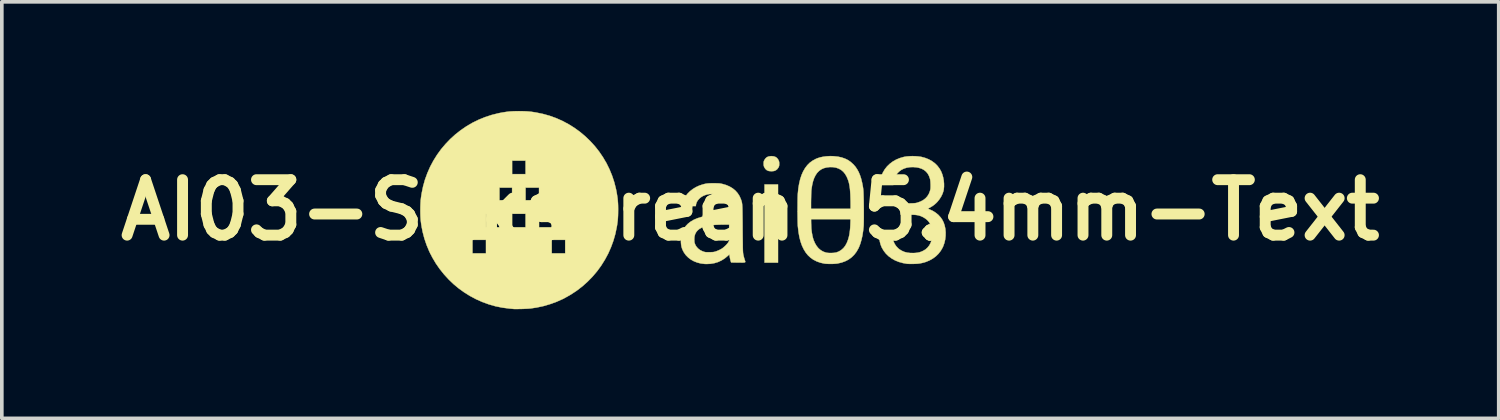
<source format=kicad_pcb>
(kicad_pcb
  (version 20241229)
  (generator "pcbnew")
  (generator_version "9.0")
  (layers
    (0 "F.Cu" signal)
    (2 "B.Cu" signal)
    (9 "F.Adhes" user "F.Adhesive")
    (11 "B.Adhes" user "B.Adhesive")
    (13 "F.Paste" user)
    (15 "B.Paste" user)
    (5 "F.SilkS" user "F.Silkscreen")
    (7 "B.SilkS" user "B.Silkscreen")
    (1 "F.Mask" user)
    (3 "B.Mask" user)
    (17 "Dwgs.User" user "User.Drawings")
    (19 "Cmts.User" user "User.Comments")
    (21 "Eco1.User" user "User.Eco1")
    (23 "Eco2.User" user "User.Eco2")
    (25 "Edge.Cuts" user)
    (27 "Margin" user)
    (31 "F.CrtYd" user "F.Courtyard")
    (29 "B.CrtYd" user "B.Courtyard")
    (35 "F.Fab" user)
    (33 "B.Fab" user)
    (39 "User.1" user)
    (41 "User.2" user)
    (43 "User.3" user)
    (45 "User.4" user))
  (footprint "AI03-Silkscreen-5.4mm-Text"
    (layer "F.Cu")
    (at 17.57 2.723)
    (property "Reference" "AI03-Silkscreen-5.4mm-Text" (at 0 0 0) (layer "F.SilkS") (effects (font (size 1.524 1.524) (thickness 0.3))))
    (attr through_hole)
    (fp_poly (pts (xy 0.762 1.444) (xy 0.392 1.444) (xy 0.392 -0.704) (xy 0.762 -0.704) (xy 0.762 1.444)) (stroke (width 0.01) (type solid)) (fill yes) (layer "F.SilkS"))
    (fp_poly (pts (xy 0.639 -1.477) (xy 0.687 -1.462) (xy 0.727 -1.437) (xy 0.759 -1.4) (xy 0.773 -1.375) (xy 0.784 -1.352) (xy 0.791 -1.331) (xy 0.794 -1.309) (xy 0.795 -1.278) (xy 0.795 -1.271) (xy 0.794 -1.238) (xy 0.792 -1.215) (xy 0.786 -1.196) (xy 0.777 -1.176) (xy 0.773 -1.169) (xy 0.742 -1.126) (xy 0.704 -1.095) (xy 0.665 -1.077) (xy 0.627 -1.07) (xy 0.582 -1.068) (xy 0.538 -1.07) (xy 0.499 -1.076) (xy 0.493 -1.078) (xy 0.45 -1.099) (xy 0.414 -1.132) (xy 0.387 -1.174) (xy 0.376 -1.199) (xy 0.37 -1.222) (xy 0.367 -1.248) (xy 0.367 -1.274) (xy 0.367 -1.307) (xy 0.37 -1.331) (xy 0.377 -1.352) (xy 0.388 -1.375) (xy 0.417 -1.418) (xy 0.452 -1.45) (xy 0.495 -1.47) (xy 0.548 -1.48) (xy 0.581 -1.482) (xy 0.639 -1.477)) (stroke (width 0.01) (type solid)) (fill yes) (layer "F.SilkS"))
    (fp_poly (pts (xy -6.274 -2.717) (xy -6.202 -2.715) (xy -6.136 -2.712) (xy -6.074 -2.707) (xy -6.011 -2.7) (xy -5.944 -2.69) (xy -5.889 -2.681) (xy -5.699 -2.642) (xy -5.513 -2.59) (xy -5.333 -2.525) (xy -5.159 -2.447) (xy -4.992 -2.358) (xy -4.832 -2.258) (xy -4.679 -2.147) (xy -4.535 -2.026) (xy -4.399 -1.895) (xy -4.272 -1.756) (xy -4.155 -1.608) (xy -4.049 -1.452) (xy -3.953 -1.289) (xy -3.869 -1.118) (xy -3.797 -0.942) (xy -3.737 -0.76) (xy -3.69 -0.572) (xy -3.669 -0.461) (xy -3.657 -0.386) (xy -3.647 -0.317) (xy -3.641 -0.252) (xy -3.636 -0.186) (xy -3.633 -0.115) (xy -3.632 -0.035) (xy -3.632 0) (xy -3.633 0.084) (xy -3.635 0.158) (xy -3.639 0.226) (xy -3.644 0.291) (xy -3.653 0.358) (xy -3.663 0.43) (xy -3.669 0.461) (xy -3.708 0.652) (xy -3.761 0.838) (xy -3.827 1.019) (xy -3.905 1.195) (xy -3.996 1.364) (xy -4.098 1.527) (xy -4.211 1.682) (xy -4.335 1.828) (xy -4.47 1.966) (xy -4.614 2.095) (xy -4.767 2.213) (xy -4.929 2.32) (xy -5.099 2.416) (xy -5.153 2.444) (xy -5.327 2.522) (xy -5.505 2.586) (xy -5.686 2.639) (xy -5.874 2.679) (xy -6.042 2.704) (xy -6.074 2.707) (xy -6.116 2.71) (xy -6.166 2.712) (xy -6.222 2.715) (xy -6.279 2.717) (xy -6.337 2.718) (xy -6.391 2.719) (xy -6.439 2.719) (xy -6.479 2.719) (xy -6.508 2.718) (xy -6.513 2.717) (xy -6.532 2.715) (xy -6.562 2.712) (xy -6.597 2.709) (xy -6.626 2.706) (xy -6.817 2.681) (xy -7.004 2.643) (xy -7.186 2.591) (xy -7.364 2.526) (xy -7.536 2.45) (xy -7.701 2.362) (xy -7.86 2.263) (xy -8.012 2.154) (xy -8.156 2.034) (xy -8.291 1.905) (xy -8.417 1.767) (xy -8.534 1.621) (xy -8.641 1.467) (xy -8.737 1.305) (xy -8.823 1.136) (xy -8.896 0.961) (xy -8.944 0.82) (xy -7.635 0.82) (xy -7.635 1.19) (xy -7.264 1.19) (xy -7.264 0.82) (xy -5.457 0.82) (xy -5.457 1.19) (xy -5.087 1.19) (xy -5.087 0.82) (xy -5.457 0.82) (xy -7.264 0.82) (xy -7.635 0.82) (xy -8.944 0.82) (xy -8.957 0.781) (xy -9.006 0.594) (xy -9.031 0.462) (xy -9.043 0.393) (xy -9.051 0.332) (xy -9.058 0.275) (xy -9.062 0.218) (xy -9.065 0.159) (xy -9.067 0.102) (xy -7.264 0.102) (xy -7.264 0.472) (xy -6.894 0.472) (xy -6.894 0.102) (xy -6.546 0.102) (xy -6.546 0.472) (xy -6.176 0.472) (xy -6.176 0.102) (xy -5.806 0.102) (xy -5.806 0.472) (xy -5.457 0.472) (xy -5.457 0.102) (xy -5.806 0.102) (xy -6.176 0.102) (xy -6.546 0.102) (xy -6.894 0.102) (xy -7.264 0.102) (xy -9.067 0.102) (xy -9.067 0.093) (xy -9.068 0.016) (xy -9.068 0.007) (xy -9.067 -0.076) (xy -9.065 -0.148) (xy -9.062 -0.214) (xy -9.057 -0.276) (xy -9.05 -0.339) (xy -9.04 -0.406) (xy -9.031 -0.461) (xy -8.999 -0.617) (xy -6.894 -0.617) (xy -6.894 -0.269) (xy -6.546 -0.269) (xy -6.546 -0.617) (xy -6.176 -0.617) (xy -6.176 -0.269) (xy -5.806 -0.269) (xy -5.806 -0.617) (xy -6.176 -0.617) (xy -6.546 -0.617) (xy -6.894 -0.617) (xy -8.999 -0.617) (xy -8.992 -0.652) (xy -8.94 -0.837) (xy -8.874 -1.017) (xy -8.797 -1.192) (xy -8.709 -1.357) (xy -6.546 -1.357) (xy -6.546 -0.987) (xy -6.176 -0.987) (xy -6.176 -1.357) (xy -6.546 -1.357) (xy -8.709 -1.357) (xy -8.708 -1.359) (xy -8.608 -1.519) (xy -8.497 -1.672) (xy -8.375 -1.816) (xy -8.245 -1.952) (xy -8.105 -2.079) (xy -7.957 -2.195) (xy -7.801 -2.302) (xy -7.637 -2.398) (xy -7.466 -2.482) (xy -7.289 -2.554) (xy -7.106 -2.614) (xy -6.918 -2.661) (xy -6.814 -2.681) (xy -6.745 -2.692) (xy -6.684 -2.701) (xy -6.626 -2.708) (xy -6.569 -2.712) (xy -6.508 -2.715) (xy -6.44 -2.717) (xy -6.362 -2.718) (xy -6.357 -2.718) (xy -6.274 -2.717)) (stroke (width 0.01) (type solid)) (fill yes) (layer "F.SilkS"))
    (fp_poly (pts (xy 4.536 -1.48) (xy 4.614 -1.474) (xy 4.685 -1.464) (xy 4.699 -1.462) (xy 4.806 -1.433) (xy 4.904 -1.394) (xy 4.994 -1.344) (xy 5.074 -1.285) (xy 5.144 -1.215) (xy 5.203 -1.136) (xy 5.244 -1.063) (xy 5.275 -0.987) (xy 5.299 -0.903) (xy 5.316 -0.814) (xy 5.324 -0.726) (xy 5.324 -0.639) (xy 5.316 -0.559) (xy 5.308 -0.523) (xy 5.283 -0.448) (xy 5.246 -0.372) (xy 5.199 -0.298) (xy 5.145 -0.23) (xy 5.11 -0.194) (xy 5.063 -0.152) (xy 5.017 -0.117) (xy 4.965 -0.085) (xy 4.926 -0.063) (xy 4.877 -0.037) (xy 4.917 -0.022) (xy 5.009 0.019) (xy 5.093 0.071) (xy 5.168 0.132) (xy 5.232 0.202) (xy 5.275 0.265) (xy 5.314 0.342) (xy 5.342 0.427) (xy 5.361 0.518) (xy 5.369 0.614) (xy 5.367 0.711) (xy 5.356 0.809) (xy 5.334 0.904) (xy 5.302 0.994) (xy 5.287 1.028) (xy 5.236 1.117) (xy 5.174 1.197) (xy 5.101 1.269) (xy 5.018 1.331) (xy 4.926 1.383) (xy 4.825 1.425) (xy 4.717 1.455) (xy 4.641 1.469) (xy 4.609 1.473) (xy 4.567 1.476) (xy 4.518 1.478) (xy 4.466 1.479) (xy 4.414 1.48) (xy 4.367 1.479) (xy 4.328 1.477) (xy 4.307 1.476) (xy 4.19 1.455) (xy 4.081 1.424) (xy 3.979 1.383) (xy 3.887 1.331) (xy 3.803 1.27) (xy 3.73 1.2) (xy 3.668 1.121) (xy 3.617 1.035) (xy 3.609 1.018) (xy 3.583 0.953) (xy 3.563 0.879) (xy 3.549 0.804) (xy 3.544 0.753) (xy 3.539 0.682) (xy 3.912 0.682) (xy 3.912 0.72) (xy 3.919 0.795) (xy 3.939 0.868) (xy 3.972 0.937) (xy 4.015 1) (xy 4.068 1.055) (xy 4.101 1.081) (xy 4.168 1.121) (xy 4.238 1.151) (xy 4.314 1.17) (xy 4.397 1.18) (xy 4.49 1.181) (xy 4.492 1.181) (xy 4.554 1.177) (xy 4.606 1.17) (xy 4.652 1.16) (xy 4.697 1.145) (xy 4.745 1.123) (xy 4.75 1.121) (xy 4.816 1.082) (xy 4.872 1.031) (xy 4.92 0.971) (xy 4.957 0.901) (xy 4.982 0.827) (xy 4.99 0.788) (xy 4.995 0.738) (xy 4.998 0.682) (xy 4.999 0.626) (xy 4.997 0.572) (xy 4.992 0.526) (xy 4.99 0.515) (xy 4.973 0.452) (xy 4.946 0.389) (xy 4.912 0.332) (xy 4.886 0.298) (xy 4.85 0.263) (xy 4.804 0.228) (xy 4.754 0.197) (xy 4.703 0.173) (xy 4.701 0.172) (xy 4.67 0.16) (xy 4.641 0.151) (xy 4.611 0.143) (xy 4.579 0.138) (xy 4.542 0.133) (xy 4.498 0.13) (xy 4.446 0.128) (xy 4.382 0.126) (xy 4.338 0.125) (xy 4.129 0.122) (xy 4.129 -0.18) (xy 4.331 -0.183) (xy 4.392 -0.184) (xy 4.441 -0.185) (xy 4.479 -0.187) (xy 4.509 -0.189) (xy 4.534 -0.191) (xy 4.554 -0.194) (xy 4.572 -0.198) (xy 4.59 -0.203) (xy 4.675 -0.233) (xy 4.75 -0.272) (xy 4.814 -0.321) (xy 4.867 -0.379) (xy 4.908 -0.445) (xy 4.937 -0.52) (xy 4.95 -0.571) (xy 4.954 -0.604) (xy 4.955 -0.646) (xy 4.955 -0.695) (xy 4.953 -0.745) (xy 4.95 -0.793) (xy 4.945 -0.833) (xy 4.939 -0.86) (xy 4.912 -0.937) (xy 4.876 -1.003) (xy 4.829 -1.058) (xy 4.773 -1.103) (xy 4.707 -1.138) (xy 4.63 -1.162) (xy 4.576 -1.173) (xy 4.478 -1.182) (xy 4.387 -1.179) (xy 4.301 -1.165) (xy 4.223 -1.14) (xy 4.152 -1.105) (xy 4.09 -1.059) (xy 4.037 -1.005) (xy 3.995 -0.941) (xy 3.962 -0.87) (xy 3.942 -0.79) (xy 3.936 -0.742) (xy 3.931 -0.689) (xy 3.562 -0.689) (xy 3.567 -0.738) (xy 3.574 -0.801) (xy 3.582 -0.853) (xy 3.593 -0.898) (xy 3.604 -0.936) (xy 3.643 -1.03) (xy 3.695 -1.118) (xy 3.758 -1.198) (xy 3.831 -1.269) (xy 3.914 -1.332) (xy 4.006 -1.385) (xy 4.106 -1.427) (xy 4.213 -1.458) (xy 4.23 -1.462) (xy 4.296 -1.473) (xy 4.372 -1.479) (xy 4.454 -1.482) (xy 4.536 -1.48)) (stroke (width 0.01) (type solid)) (fill yes) (layer "F.SilkS"))
    (fp_poly (pts (xy 2.281 -1.481) (xy 2.299 -1.479) (xy 2.411 -1.467) (xy 2.512 -1.445) (xy 2.604 -1.413) (xy 2.688 -1.372) (xy 2.763 -1.319) (xy 2.832 -1.256) (xy 2.835 -1.253) (xy 2.89 -1.19) (xy 2.937 -1.12) (xy 2.979 -1.044) (xy 3.015 -0.958) (xy 3.046 -0.863) (xy 3.072 -0.757) (xy 3.095 -0.639) (xy 3.103 -0.581) (xy 3.106 -0.554) (xy 3.109 -0.514) (xy 3.111 -0.463) (xy 3.113 -0.403) (xy 3.115 -0.335) (xy 3.117 -0.261) (xy 3.118 -0.183) (xy 3.119 -0.102) (xy 3.12 -0.02) (xy 3.12 0.061) (xy 3.12 0.14) (xy 3.12 0.214) (xy 3.119 0.283) (xy 3.118 0.344) (xy 3.117 0.396) (xy 3.115 0.437) (xy 3.114 0.45) (xy 3.1 0.579) (xy 3.081 0.702) (xy 3.055 0.817) (xy 3.025 0.921) (xy 2.989 1.015) (xy 2.97 1.056) (xy 2.917 1.148) (xy 2.854 1.23) (xy 2.782 1.3) (xy 2.701 1.359) (xy 2.61 1.406) (xy 2.511 1.442) (xy 2.403 1.467) (xy 2.388 1.47) (xy 2.346 1.474) (xy 2.294 1.478) (xy 2.237 1.479) (xy 2.179 1.479) (xy 2.123 1.478) (xy 2.073 1.475) (xy 2.033 1.47) (xy 2.032 1.47) (xy 1.926 1.446) (xy 1.829 1.412) (xy 1.74 1.368) (xy 1.66 1.312) (xy 1.588 1.246) (xy 1.525 1.169) (xy 1.47 1.08) (xy 1.422 0.98) (xy 1.382 0.868) (xy 1.35 0.744) (xy 1.326 0.608) (xy 1.309 0.46) (xy 1.306 0.433) (xy 1.305 0.4) (xy 1.303 0.356) (xy 1.302 0.301) (xy 1.301 0.237) (xy 1.3 0.167) (xy 1.299 0.092) (xy 1.299 0.014) (xy 1.299 -0.045) (xy 1.669 -0.045) (xy 1.669 0.04) (xy 1.669 0.124) (xy 1.67 0.206) (xy 1.671 0.282) (xy 1.672 0.353) (xy 1.674 0.415) (xy 1.676 0.468) (xy 1.678 0.509) (xy 1.68 0.53) (xy 1.691 0.617) (xy 1.706 0.699) (xy 1.724 0.773) (xy 1.74 0.824) (xy 1.777 0.91) (xy 1.822 0.986) (xy 1.874 1.05) (xy 1.934 1.101) (xy 2.001 1.141) (xy 2.075 1.167) (xy 2.094 1.172) (xy 2.131 1.177) (xy 2.177 1.18) (xy 2.227 1.18) (xy 2.277 1.178) (xy 2.323 1.173) (xy 2.36 1.166) (xy 2.366 1.165) (xy 2.439 1.136) (xy 2.504 1.095) (xy 2.561 1.044) (xy 2.61 0.981) (xy 2.652 0.905) (xy 2.686 0.818) (xy 2.703 0.76) (xy 2.715 0.713) (xy 2.725 0.662) (xy 2.733 0.608) (xy 2.74 0.55) (xy 2.746 0.484) (xy 2.75 0.411) (xy 2.753 0.329) (xy 2.756 0.237) (xy 2.757 0.133) (xy 2.757 0.016) (xy 2.757 -0.004) (xy 2.757 -0.129) (xy 2.756 -0.241) (xy 2.753 -0.341) (xy 2.75 -0.43) (xy 2.745 -0.509) (xy 2.739 -0.58) (xy 2.731 -0.643) (xy 2.721 -0.7) (xy 2.71 -0.752) (xy 2.696 -0.799) (xy 2.68 -0.845) (xy 2.662 -0.888) (xy 2.649 -0.918) (xy 2.606 -0.992) (xy 2.556 -1.053) (xy 2.497 -1.103) (xy 2.43 -1.14) (xy 2.355 -1.166) (xy 2.272 -1.18) (xy 2.181 -1.181) (xy 2.097 -1.171) (xy 2.02 -1.151) (xy 1.952 -1.12) (xy 1.892 -1.077) (xy 1.839 -1.024) (xy 1.794 -0.958) (xy 1.755 -0.88) (xy 1.724 -0.79) (xy 1.7 -0.688) (xy 1.682 -0.573) (xy 1.68 -0.556) (xy 1.677 -0.525) (xy 1.675 -0.481) (xy 1.673 -0.426) (xy 1.672 -0.361) (xy 1.67 -0.289) (xy 1.669 -0.211) (xy 1.669 -0.129) (xy 1.669 -0.045) (xy 1.299 -0.045) (xy 1.299 -0.064) (xy 1.3 -0.141) (xy 1.3 -0.215) (xy 1.301 -0.283) (xy 1.302 -0.344) (xy 1.304 -0.396) (xy 1.306 -0.437) (xy 1.307 -0.454) (xy 1.321 -0.598) (xy 1.344 -0.731) (xy 1.373 -0.854) (xy 1.41 -0.965) (xy 1.453 -1.062) (xy 1.506 -1.153) (xy 1.567 -1.233) (xy 1.635 -1.301) (xy 1.712 -1.357) (xy 1.798 -1.404) (xy 1.843 -1.423) (xy 1.917 -1.447) (xy 2.001 -1.465) (xy 2.091 -1.477) (xy 2.186 -1.482) (xy 2.281 -1.481)) (stroke (width 0.01) (type solid)) (fill yes) (layer "F.SilkS"))
    (fp_poly (pts (xy -1.005 -0.736) (xy -0.951 -0.736) (xy -0.909 -0.735) (xy -0.875 -0.734) (xy -0.848 -0.732) (xy -0.823 -0.729) (xy -0.798 -0.724) (xy -0.771 -0.718) (xy -0.764 -0.717) (xy -0.66 -0.686) (xy -0.566 -0.645) (xy -0.483 -0.595) (xy -0.41 -0.535) (xy -0.348 -0.465) (xy -0.297 -0.386) (xy -0.258 -0.298) (xy -0.248 -0.268) (xy -0.242 -0.251) (xy -0.238 -0.235) (xy -0.233 -0.219) (xy -0.23 -0.202) (xy -0.227 -0.183) (xy -0.224 -0.161) (xy -0.222 -0.135) (xy -0.22 -0.104) (xy -0.218 -0.067) (xy -0.217 -0.023) (xy -0.216 0.029) (xy -0.215 0.09) (xy -0.214 0.161) (xy -0.213 0.243) (xy -0.212 0.337) (xy -0.211 0.444) (xy -0.211 0.515) (xy -0.21 0.628) (xy -0.209 0.726) (xy -0.208 0.813) (xy -0.207 0.887) (xy -0.206 0.952) (xy -0.206 1.006) (xy -0.205 1.052) (xy -0.204 1.09) (xy -0.203 1.122) (xy -0.201 1.148) (xy -0.2 1.169) (xy -0.198 1.187) (xy -0.196 1.202) (xy -0.194 1.215) (xy -0.192 1.228) (xy -0.19 1.234) (xy -0.181 1.273) (xy -0.17 1.314) (xy -0.159 1.351) (xy -0.157 1.359) (xy -0.148 1.384) (xy -0.141 1.404) (xy -0.138 1.419) (xy -0.14 1.43) (xy -0.148 1.437) (xy -0.164 1.441) (xy -0.189 1.443) (xy -0.224 1.444) (xy -0.271 1.443) (xy -0.331 1.442) (xy -0.332 1.442) (xy -0.526 1.441) (xy -0.539 1.402) (xy -0.546 1.378) (xy -0.553 1.345) (xy -0.561 1.308) (xy -0.563 1.292) (xy -0.576 1.219) (xy -0.613 1.254) (xy -0.698 1.325) (xy -0.789 1.383) (xy -0.886 1.428) (xy -0.988 1.459) (xy -1.096 1.477) (xy -1.209 1.482) (xy -1.255 1.48) (xy -1.36 1.467) (xy -1.458 1.442) (xy -1.548 1.407) (xy -1.631 1.361) (xy -1.705 1.305) (xy -1.77 1.24) (xy -1.823 1.166) (xy -1.858 1.1) (xy -1.878 1.05) (xy -1.892 1) (xy -1.901 0.946) (xy -1.906 0.884) (xy -1.906 0.799) (xy -1.539 0.799) (xy -1.539 0.834) (xy -1.536 0.867) (xy -1.533 0.893) (xy -1.531 0.901) (xy -1.508 0.962) (xy -1.472 1.017) (xy -1.425 1.066) (xy -1.369 1.106) (xy -1.305 1.136) (xy -1.288 1.142) (xy -1.265 1.149) (xy -1.246 1.154) (xy -1.226 1.157) (xy -1.204 1.158) (xy -1.175 1.159) (xy -1.136 1.159) (xy -1.11 1.158) (xy -1.068 1.157) (xy -1.036 1.156) (xy -1.01 1.153) (xy -0.988 1.149) (xy -0.963 1.142) (xy -0.933 1.132) (xy -0.931 1.131) (xy -0.891 1.116) (xy -0.849 1.097) (xy -0.811 1.077) (xy -0.797 1.07) (xy -0.754 1.041) (xy -0.711 1.005) (xy -0.669 0.966) (xy -0.634 0.927) (xy -0.607 0.891) (xy -0.604 0.884) (xy -0.581 0.844) (xy -0.581 0.399) (xy -0.717 0.399) (xy -0.838 0.401) (xy -0.945 0.405) (xy -1.04 0.412) (xy -1.122 0.422) (xy -1.193 0.435) (xy -1.253 0.451) (xy -1.255 0.451) (xy -1.334 0.482) (xy -1.399 0.518) (xy -1.451 0.562) (xy -1.491 0.612) (xy -1.519 0.67) (xy -1.535 0.735) (xy -1.539 0.799) (xy -1.906 0.799) (xy -1.905 0.782) (xy -1.892 0.686) (xy -1.866 0.598) (xy -1.828 0.517) (xy -1.777 0.443) (xy -1.714 0.377) (xy -1.639 0.318) (xy -1.552 0.267) (xy -1.453 0.225) (xy -1.342 0.19) (xy -1.22 0.163) (xy -1.219 0.163) (xy -1.197 0.159) (xy -1.171 0.156) (xy -1.14 0.154) (xy -1.102 0.152) (xy -1.055 0.15) (xy -0.998 0.149) (xy -0.93 0.148) (xy -0.865 0.147) (xy -0.579 0.144) (xy -0.582 0.008) (xy -0.584 -0.049) (xy -0.587 -0.096) (xy -0.592 -0.133) (xy -0.598 -0.165) (xy -0.607 -0.194) (xy -0.62 -0.222) (xy -0.633 -0.249) (xy -0.663 -0.294) (xy -0.704 -0.337) (xy -0.751 -0.374) (xy -0.8 -0.402) (xy -0.806 -0.405) (xy -0.855 -0.422) (xy -0.903 -0.434) (xy -0.956 -0.441) (xy -1.017 -0.444) (xy -1.041 -0.444) (xy -1.118 -0.44) (xy -1.186 -0.429) (xy -1.251 -0.408) (xy -1.298 -0.388) (xy -1.351 -0.356) (xy -1.399 -0.316) (xy -1.439 -0.271) (xy -1.47 -0.222) (xy -1.488 -0.173) (xy -1.493 -0.145) (xy -1.497 -0.109) (xy -1.865 -0.109) (xy -1.865 -0.132) (xy -1.862 -0.168) (xy -1.853 -0.21) (xy -1.84 -0.255) (xy -1.825 -0.295) (xy -1.823 -0.299) (xy -1.78 -0.378) (xy -1.724 -0.451) (xy -1.656 -0.518) (xy -1.579 -0.578) (xy -1.493 -0.63) (xy -1.4 -0.673) (xy -1.346 -0.691) (xy -1.298 -0.706) (xy -1.256 -0.717) (xy -1.217 -0.725) (xy -1.177 -0.731) (xy -1.133 -0.734) (xy -1.082 -0.736) (xy -1.021 -0.736) (xy -1.005 -0.736)) (stroke (width 0.01) (type solid)) (fill yes) (layer "F.SilkS")))
  (gr_rect
    (start -3 -3)
    (end 38.139 8.447)
    (stroke (width 0.1) (type default))
    (fill no)
    (layer "Edge.Cuts")))
</source>
